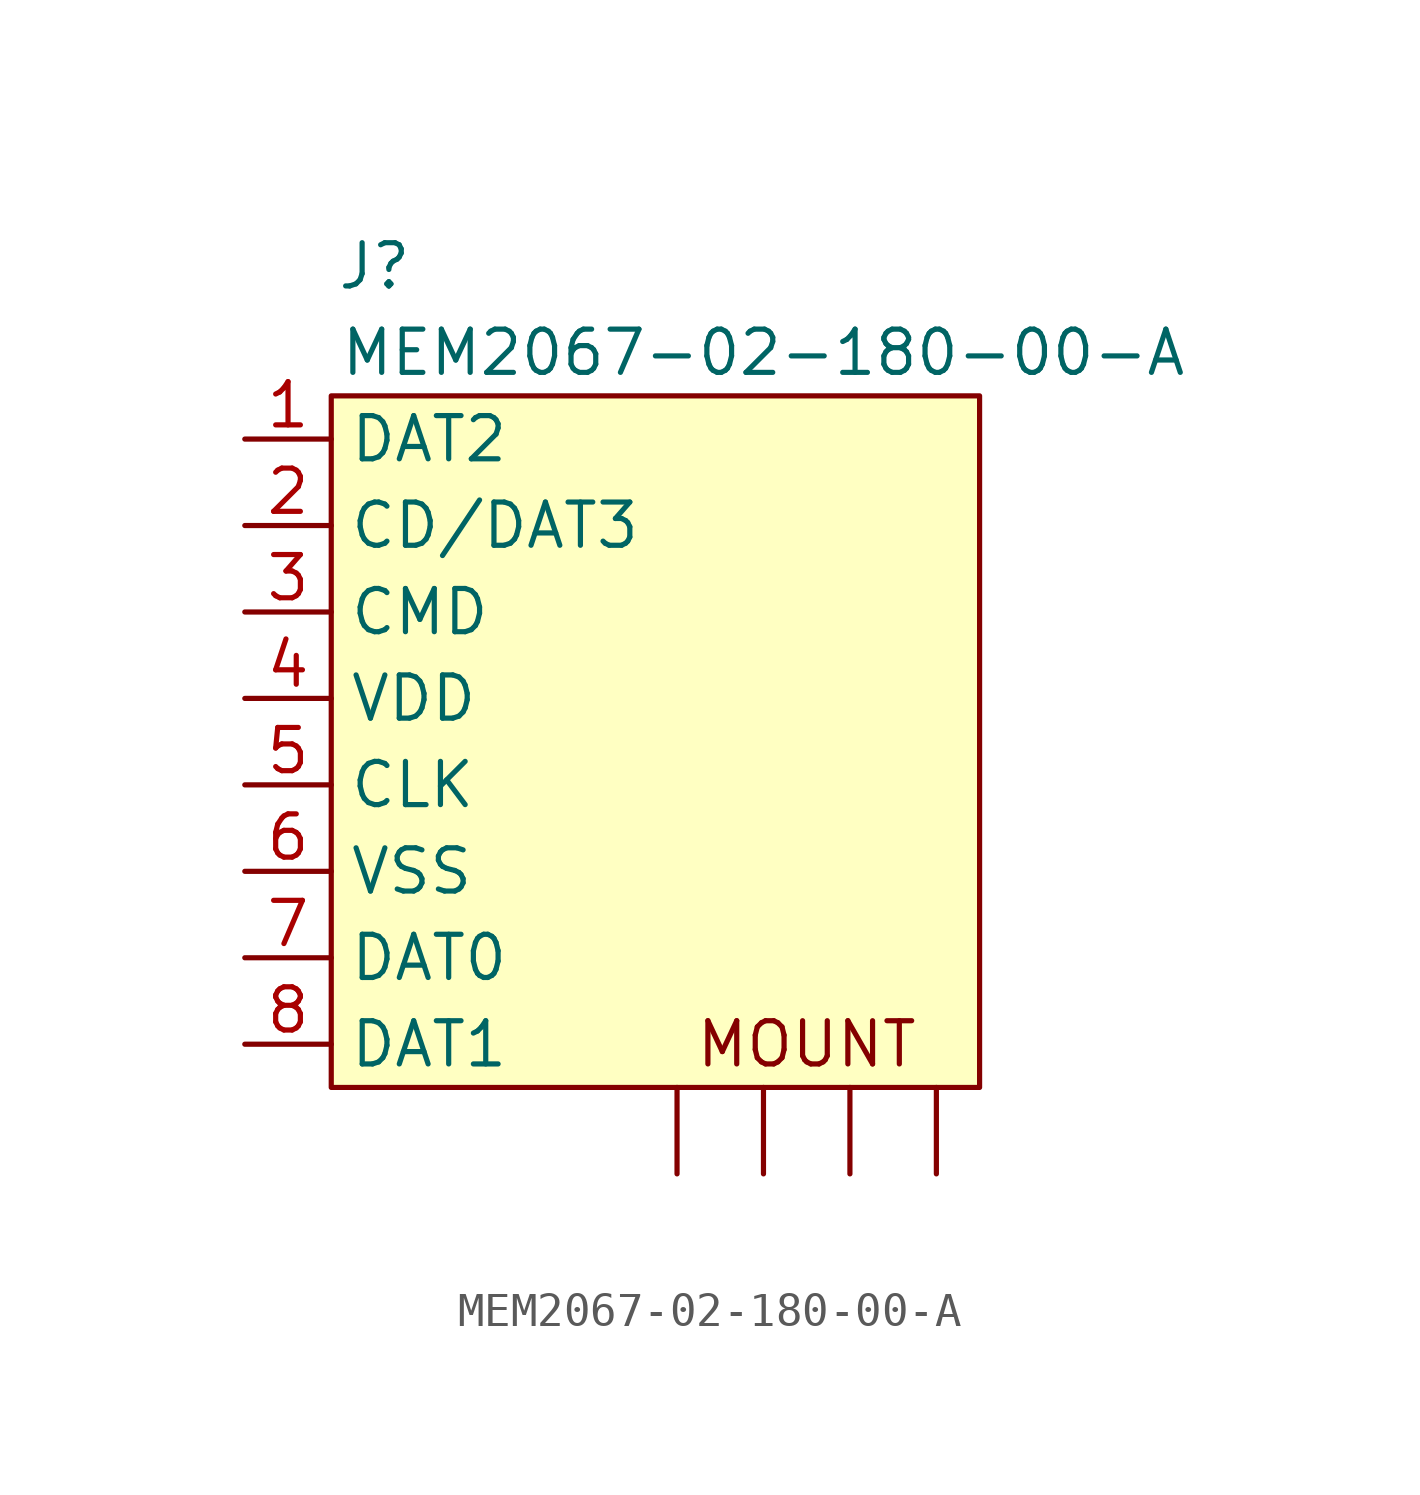
<source format=kicad_sym>
(kicad_symbol_lib
  (version 20231120)
  (generator "kicad_symbol_editor")
  (generator_version "8.0")
  (symbol "MEM2067-02-180-00-A"
    (property "Reference" "J"
      (at -5.08 11.43 0)
      (effects (font (size 1.27 1.27))))
    (property "Value" "MEM2067-02-180-00-A"
      (at 6.35 8.89 0)
      (effects (font (size 1.27 1.27))))
    (symbol "MEM2067-02-180-00-A_1_1"
      (rectangle (start -6.35 7.62) (end 12.7 -12.7) (stroke (width 0) (type default)) (fill (type background)))
      (text "MOUNT" (at 7.62 -11.43 0) (effects (font (size 1.27 1.27))))
      (pin input line (at -8.89 6.35 0) (length 2.54) (name "DAT2" (effects (font (size 1.27 1.27)))) (number "1" (effects (font (size 1.27 1.27)))))
      (pin input line (at -8.89 3.81 0) (length 2.54) (name "CD/DAT3" (effects (font (size 1.27 1.27)))) (number "2" (effects (font (size 1.27 1.27)))))
      (pin input line (at -8.89 1.27 0) (length 2.54) (name "CMD" (effects (font (size 1.27 1.27)))) (number "3" (effects (font (size 1.27 1.27)))))
      (pin input line (at -8.89 -1.27 0) (length 2.54) (name "VDD" (effects (font (size 1.27 1.27)))) (number "4" (effects (font (size 1.27 1.27)))))
      (pin input line (at -8.89 -3.81 0) (length 2.54) (name "CLK" (effects (font (size 1.27 1.27)))) (number "5" (effects (font (size 1.27 1.27)))))
      (pin input line (at -8.89 -6.35 0) (length 2.54) (name "VSS" (effects (font (size 1.27 1.27)))) (number "6" (effects (font (size 1.27 1.27)))))
      (pin input line (at -8.89 -8.89 0) (length 2.54) (name "DAT0" (effects (font (size 1.27 1.27)))) (number "7" (effects (font (size 1.27 1.27)))))
      (pin input line (at -8.89 -11.43 0) (length 2.54) (name "DAT1" (effects (font (size 1.27 1.27)))) (number "8" (effects (font (size 1.27 1.27)))))
      (pin passive line (at 3.81 -15.24 90) (length 2.54) (name "" (effects (font (size 1.27 1.27)))) (number "TAB_1" (effects (font (size 0 0)))))
      (pin passive line (at 6.35 -15.24 90) (length 2.54) (name "" (effects (font (size 1.27 1.27)))) (number "TAB_2" (effects (font (size 0 0)))))
      (pin passive line (at 8.89 -15.24 90) (length 2.54) (name "" (effects (font (size 1.27 1.27)))) (number "TAB_3" (effects (font (size 0 0)))))
      (pin passive line (at 11.43 -15.24 90) (length 2.54) (name "" (effects (font (size 1.27 1.27)))) (number "TAB_4" (effects (font (size 0 0))))))))
</source>
